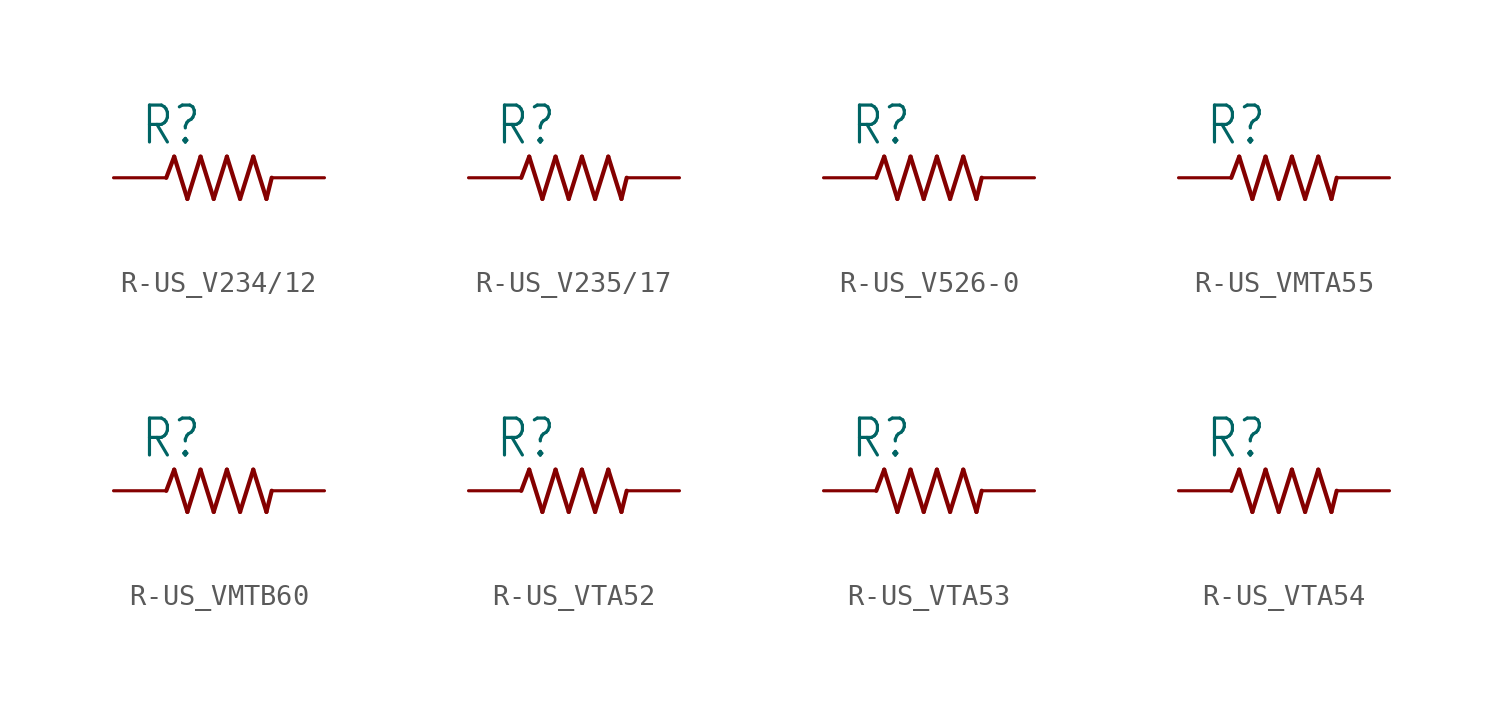
<source format=kicad_sym>
(kicad_symbol_lib
  (version 20220914)
  (generator kicad_symbol_editor)
  (symbol "R-US_V234/12"
    (property "Reference" "R"
      (at -3.81 1.499 0)
      (effects (font (size 1.778 1.511)) (justify left bottom)))
    (property "Value" ""
      (at -3.81 -3.302 0)
      (effects (font (size 1.778 1.511)) (justify left bottom)))
    (property "ki_locked" ""
      (at 0 0 0)
      (effects (font (size 1.27 1.27))))
    (symbol "R-US_V234/12_1_0"
      (polyline (pts (xy -2.54 0) (xy -2.159 1.016)) (stroke (width 0.203) (type solid)) (fill (type none)))
      (polyline (pts (xy -2.159 1.016) (xy -1.524 -1.016)) (stroke (width 0.203) (type solid)) (fill (type none)))
      (polyline (pts (xy -1.524 -1.016) (xy -0.889 1.016)) (stroke (width 0.203) (type solid)) (fill (type none)))
      (polyline (pts (xy -0.889 1.016) (xy -0.254 -1.016)) (stroke (width 0.203) (type solid)) (fill (type none)))
      (polyline (pts (xy -0.254 -1.016) (xy 0.381 1.016)) (stroke (width 0.203) (type solid)) (fill (type none)))
      (polyline (pts (xy 0.381 1.016) (xy 1.016 -1.016)) (stroke (width 0.203) (type solid)) (fill (type none)))
      (polyline (pts (xy 1.016 -1.016) (xy 1.651 1.016)) (stroke (width 0.203) (type solid)) (fill (type none)))
      (polyline (pts (xy 1.651 1.016) (xy 2.286 -1.016)) (stroke (width 0.203) (type solid)) (fill (type none)))
      (polyline (pts (xy 2.286 -1.016) (xy 2.54 0)) (stroke (width 0.203) (type solid)) (fill (type none)))
      (pin passive line (at -5.08 0 0) (length 2.54) (name "1" (effects (font (size 0 0)))) (number "1" (effects (font (size 0 0)))))
      (pin passive line (at 5.08 0 180) (length 2.54) (name "2" (effects (font (size 0 0)))) (number "2" (effects (font (size 0 0)))))))
  (symbol "R-US_V235/17"
    (property "Reference" "R"
      (at -3.81 1.499 0)
      (effects (font (size 1.778 1.511)) (justify left bottom)))
    (property "Value" ""
      (at -3.81 -3.302 0)
      (effects (font (size 1.778 1.511)) (justify left bottom)))
    (property "ki_locked" ""
      (at 0 0 0)
      (effects (font (size 1.27 1.27))))
    (symbol "R-US_V235/17_1_0"
      (polyline (pts (xy -2.54 0) (xy -2.159 1.016)) (stroke (width 0.203) (type solid)) (fill (type none)))
      (polyline (pts (xy -2.159 1.016) (xy -1.524 -1.016)) (stroke (width 0.203) (type solid)) (fill (type none)))
      (polyline (pts (xy -1.524 -1.016) (xy -0.889 1.016)) (stroke (width 0.203) (type solid)) (fill (type none)))
      (polyline (pts (xy -0.889 1.016) (xy -0.254 -1.016)) (stroke (width 0.203) (type solid)) (fill (type none)))
      (polyline (pts (xy -0.254 -1.016) (xy 0.381 1.016)) (stroke (width 0.203) (type solid)) (fill (type none)))
      (polyline (pts (xy 0.381 1.016) (xy 1.016 -1.016)) (stroke (width 0.203) (type solid)) (fill (type none)))
      (polyline (pts (xy 1.016 -1.016) (xy 1.651 1.016)) (stroke (width 0.203) (type solid)) (fill (type none)))
      (polyline (pts (xy 1.651 1.016) (xy 2.286 -1.016)) (stroke (width 0.203) (type solid)) (fill (type none)))
      (polyline (pts (xy 2.286 -1.016) (xy 2.54 0)) (stroke (width 0.203) (type solid)) (fill (type none)))
      (pin passive line (at -5.08 0 0) (length 2.54) (name "1" (effects (font (size 0 0)))) (number "1" (effects (font (size 0 0)))))
      (pin passive line (at 5.08 0 180) (length 2.54) (name "2" (effects (font (size 0 0)))) (number "2" (effects (font (size 0 0)))))))
  (symbol "R-US_V526-0"
    (property "Reference" "R"
      (at -3.81 1.499 0)
      (effects (font (size 1.778 1.511)) (justify left bottom)))
    (property "Value" ""
      (at -3.81 -3.302 0)
      (effects (font (size 1.778 1.511)) (justify left bottom)))
    (property "ki_locked" ""
      (at 0 0 0)
      (effects (font (size 1.27 1.27))))
    (symbol "R-US_V526-0_1_0"
      (polyline (pts (xy -2.54 0) (xy -2.159 1.016)) (stroke (width 0.203) (type solid)) (fill (type none)))
      (polyline (pts (xy -2.159 1.016) (xy -1.524 -1.016)) (stroke (width 0.203) (type solid)) (fill (type none)))
      (polyline (pts (xy -1.524 -1.016) (xy -0.889 1.016)) (stroke (width 0.203) (type solid)) (fill (type none)))
      (polyline (pts (xy -0.889 1.016) (xy -0.254 -1.016)) (stroke (width 0.203) (type solid)) (fill (type none)))
      (polyline (pts (xy -0.254 -1.016) (xy 0.381 1.016)) (stroke (width 0.203) (type solid)) (fill (type none)))
      (polyline (pts (xy 0.381 1.016) (xy 1.016 -1.016)) (stroke (width 0.203) (type solid)) (fill (type none)))
      (polyline (pts (xy 1.016 -1.016) (xy 1.651 1.016)) (stroke (width 0.203) (type solid)) (fill (type none)))
      (polyline (pts (xy 1.651 1.016) (xy 2.286 -1.016)) (stroke (width 0.203) (type solid)) (fill (type none)))
      (polyline (pts (xy 2.286 -1.016) (xy 2.54 0)) (stroke (width 0.203) (type solid)) (fill (type none)))
      (pin passive line (at -5.08 0 0) (length 2.54) (name "1" (effects (font (size 0 0)))) (number "1" (effects (font (size 0 0)))))
      (pin passive line (at 5.08 0 180) (length 2.54) (name "2" (effects (font (size 0 0)))) (number "2" (effects (font (size 0 0)))))))
  (symbol "R-US_VMTA55"
    (property "Reference" "R"
      (at -3.81 1.499 0)
      (effects (font (size 1.778 1.511)) (justify left bottom)))
    (property "Value" ""
      (at -3.81 -3.302 0)
      (effects (font (size 1.778 1.511)) (justify left bottom)))
    (property "ki_locked" ""
      (at 0 0 0)
      (effects (font (size 1.27 1.27))))
    (symbol "R-US_VMTA55_1_0"
      (polyline (pts (xy -2.54 0) (xy -2.159 1.016)) (stroke (width 0.203) (type solid)) (fill (type none)))
      (polyline (pts (xy -2.159 1.016) (xy -1.524 -1.016)) (stroke (width 0.203) (type solid)) (fill (type none)))
      (polyline (pts (xy -1.524 -1.016) (xy -0.889 1.016)) (stroke (width 0.203) (type solid)) (fill (type none)))
      (polyline (pts (xy -0.889 1.016) (xy -0.254 -1.016)) (stroke (width 0.203) (type solid)) (fill (type none)))
      (polyline (pts (xy -0.254 -1.016) (xy 0.381 1.016)) (stroke (width 0.203) (type solid)) (fill (type none)))
      (polyline (pts (xy 0.381 1.016) (xy 1.016 -1.016)) (stroke (width 0.203) (type solid)) (fill (type none)))
      (polyline (pts (xy 1.016 -1.016) (xy 1.651 1.016)) (stroke (width 0.203) (type solid)) (fill (type none)))
      (polyline (pts (xy 1.651 1.016) (xy 2.286 -1.016)) (stroke (width 0.203) (type solid)) (fill (type none)))
      (polyline (pts (xy 2.286 -1.016) (xy 2.54 0)) (stroke (width 0.203) (type solid)) (fill (type none)))
      (pin passive line (at -5.08 0 0) (length 2.54) (name "1" (effects (font (size 0 0)))) (number "1" (effects (font (size 0 0)))))
      (pin passive line (at 5.08 0 180) (length 2.54) (name "2" (effects (font (size 0 0)))) (number "2" (effects (font (size 0 0)))))))
  (symbol "R-US_VMTB60"
    (property "Reference" "R"
      (at -3.81 1.499 0)
      (effects (font (size 1.778 1.511)) (justify left bottom)))
    (property "Value" ""
      (at -3.81 -3.302 0)
      (effects (font (size 1.778 1.511)) (justify left bottom)))
    (property "ki_locked" ""
      (at 0 0 0)
      (effects (font (size 1.27 1.27))))
    (symbol "R-US_VMTB60_1_0"
      (polyline (pts (xy -2.54 0) (xy -2.159 1.016)) (stroke (width 0.203) (type solid)) (fill (type none)))
      (polyline (pts (xy -2.159 1.016) (xy -1.524 -1.016)) (stroke (width 0.203) (type solid)) (fill (type none)))
      (polyline (pts (xy -1.524 -1.016) (xy -0.889 1.016)) (stroke (width 0.203) (type solid)) (fill (type none)))
      (polyline (pts (xy -0.889 1.016) (xy -0.254 -1.016)) (stroke (width 0.203) (type solid)) (fill (type none)))
      (polyline (pts (xy -0.254 -1.016) (xy 0.381 1.016)) (stroke (width 0.203) (type solid)) (fill (type none)))
      (polyline (pts (xy 0.381 1.016) (xy 1.016 -1.016)) (stroke (width 0.203) (type solid)) (fill (type none)))
      (polyline (pts (xy 1.016 -1.016) (xy 1.651 1.016)) (stroke (width 0.203) (type solid)) (fill (type none)))
      (polyline (pts (xy 1.651 1.016) (xy 2.286 -1.016)) (stroke (width 0.203) (type solid)) (fill (type none)))
      (polyline (pts (xy 2.286 -1.016) (xy 2.54 0)) (stroke (width 0.203) (type solid)) (fill (type none)))
      (pin passive line (at -5.08 0 0) (length 2.54) (name "1" (effects (font (size 0 0)))) (number "1" (effects (font (size 0 0)))))
      (pin passive line (at 5.08 0 180) (length 2.54) (name "2" (effects (font (size 0 0)))) (number "2" (effects (font (size 0 0)))))))
  (symbol "R-US_VTA52"
    (property "Reference" "R"
      (at -3.81 1.499 0)
      (effects (font (size 1.778 1.511)) (justify left bottom)))
    (property "Value" ""
      (at -3.81 -3.302 0)
      (effects (font (size 1.778 1.511)) (justify left bottom)))
    (property "ki_locked" ""
      (at 0 0 0)
      (effects (font (size 1.27 1.27))))
    (symbol "R-US_VTA52_1_0"
      (polyline (pts (xy -2.54 0) (xy -2.159 1.016)) (stroke (width 0.203) (type solid)) (fill (type none)))
      (polyline (pts (xy -2.159 1.016) (xy -1.524 -1.016)) (stroke (width 0.203) (type solid)) (fill (type none)))
      (polyline (pts (xy -1.524 -1.016) (xy -0.889 1.016)) (stroke (width 0.203) (type solid)) (fill (type none)))
      (polyline (pts (xy -0.889 1.016) (xy -0.254 -1.016)) (stroke (width 0.203) (type solid)) (fill (type none)))
      (polyline (pts (xy -0.254 -1.016) (xy 0.381 1.016)) (stroke (width 0.203) (type solid)) (fill (type none)))
      (polyline (pts (xy 0.381 1.016) (xy 1.016 -1.016)) (stroke (width 0.203) (type solid)) (fill (type none)))
      (polyline (pts (xy 1.016 -1.016) (xy 1.651 1.016)) (stroke (width 0.203) (type solid)) (fill (type none)))
      (polyline (pts (xy 1.651 1.016) (xy 2.286 -1.016)) (stroke (width 0.203) (type solid)) (fill (type none)))
      (polyline (pts (xy 2.286 -1.016) (xy 2.54 0)) (stroke (width 0.203) (type solid)) (fill (type none)))
      (pin passive line (at -5.08 0 0) (length 2.54) (name "1" (effects (font (size 0 0)))) (number "1" (effects (font (size 0 0)))))
      (pin passive line (at 5.08 0 180) (length 2.54) (name "2" (effects (font (size 0 0)))) (number "2" (effects (font (size 0 0)))))))
  (symbol "R-US_VTA53"
    (property "Reference" "R"
      (at -3.81 1.499 0)
      (effects (font (size 1.778 1.511)) (justify left bottom)))
    (property "Value" ""
      (at -3.81 -3.302 0)
      (effects (font (size 1.778 1.511)) (justify left bottom)))
    (property "ki_locked" ""
      (at 0 0 0)
      (effects (font (size 1.27 1.27))))
    (symbol "R-US_VTA53_1_0"
      (polyline (pts (xy -2.54 0) (xy -2.159 1.016)) (stroke (width 0.203) (type solid)) (fill (type none)))
      (polyline (pts (xy -2.159 1.016) (xy -1.524 -1.016)) (stroke (width 0.203) (type solid)) (fill (type none)))
      (polyline (pts (xy -1.524 -1.016) (xy -0.889 1.016)) (stroke (width 0.203) (type solid)) (fill (type none)))
      (polyline (pts (xy -0.889 1.016) (xy -0.254 -1.016)) (stroke (width 0.203) (type solid)) (fill (type none)))
      (polyline (pts (xy -0.254 -1.016) (xy 0.381 1.016)) (stroke (width 0.203) (type solid)) (fill (type none)))
      (polyline (pts (xy 0.381 1.016) (xy 1.016 -1.016)) (stroke (width 0.203) (type solid)) (fill (type none)))
      (polyline (pts (xy 1.016 -1.016) (xy 1.651 1.016)) (stroke (width 0.203) (type solid)) (fill (type none)))
      (polyline (pts (xy 1.651 1.016) (xy 2.286 -1.016)) (stroke (width 0.203) (type solid)) (fill (type none)))
      (polyline (pts (xy 2.286 -1.016) (xy 2.54 0)) (stroke (width 0.203) (type solid)) (fill (type none)))
      (pin passive line (at -5.08 0 0) (length 2.54) (name "1" (effects (font (size 0 0)))) (number "1" (effects (font (size 0 0)))))
      (pin passive line (at 5.08 0 180) (length 2.54) (name "2" (effects (font (size 0 0)))) (number "2" (effects (font (size 0 0)))))))
  (symbol "R-US_VTA54"
    (property "Reference" "R"
      (at -3.81 1.499 0)
      (effects (font (size 1.778 1.511)) (justify left bottom)))
    (property "Value" ""
      (at -3.81 -3.302 0)
      (effects (font (size 1.778 1.511)) (justify left bottom)))
    (property "ki_locked" ""
      (at 0 0 0)
      (effects (font (size 1.27 1.27))))
    (symbol "R-US_VTA54_1_0"
      (polyline (pts (xy -2.54 0) (xy -2.159 1.016)) (stroke (width 0.203) (type solid)) (fill (type none)))
      (polyline (pts (xy -2.159 1.016) (xy -1.524 -1.016)) (stroke (width 0.203) (type solid)) (fill (type none)))
      (polyline (pts (xy -1.524 -1.016) (xy -0.889 1.016)) (stroke (width 0.203) (type solid)) (fill (type none)))
      (polyline (pts (xy -0.889 1.016) (xy -0.254 -1.016)) (stroke (width 0.203) (type solid)) (fill (type none)))
      (polyline (pts (xy -0.254 -1.016) (xy 0.381 1.016)) (stroke (width 0.203) (type solid)) (fill (type none)))
      (polyline (pts (xy 0.381 1.016) (xy 1.016 -1.016)) (stroke (width 0.203) (type solid)) (fill (type none)))
      (polyline (pts (xy 1.016 -1.016) (xy 1.651 1.016)) (stroke (width 0.203) (type solid)) (fill (type none)))
      (polyline (pts (xy 1.651 1.016) (xy 2.286 -1.016)) (stroke (width 0.203) (type solid)) (fill (type none)))
      (polyline (pts (xy 2.286 -1.016) (xy 2.54 0)) (stroke (width 0.203) (type solid)) (fill (type none)))
      (pin passive line (at -5.08 0 0) (length 2.54) (name "1" (effects (font (size 0 0)))) (number "1" (effects (font (size 0 0)))))
      (pin passive line (at 5.08 0 180) (length 2.54) (name "2" (effects (font (size 0 0)))) (number "2" (effects (font (size 0 0))))))))
</source>
